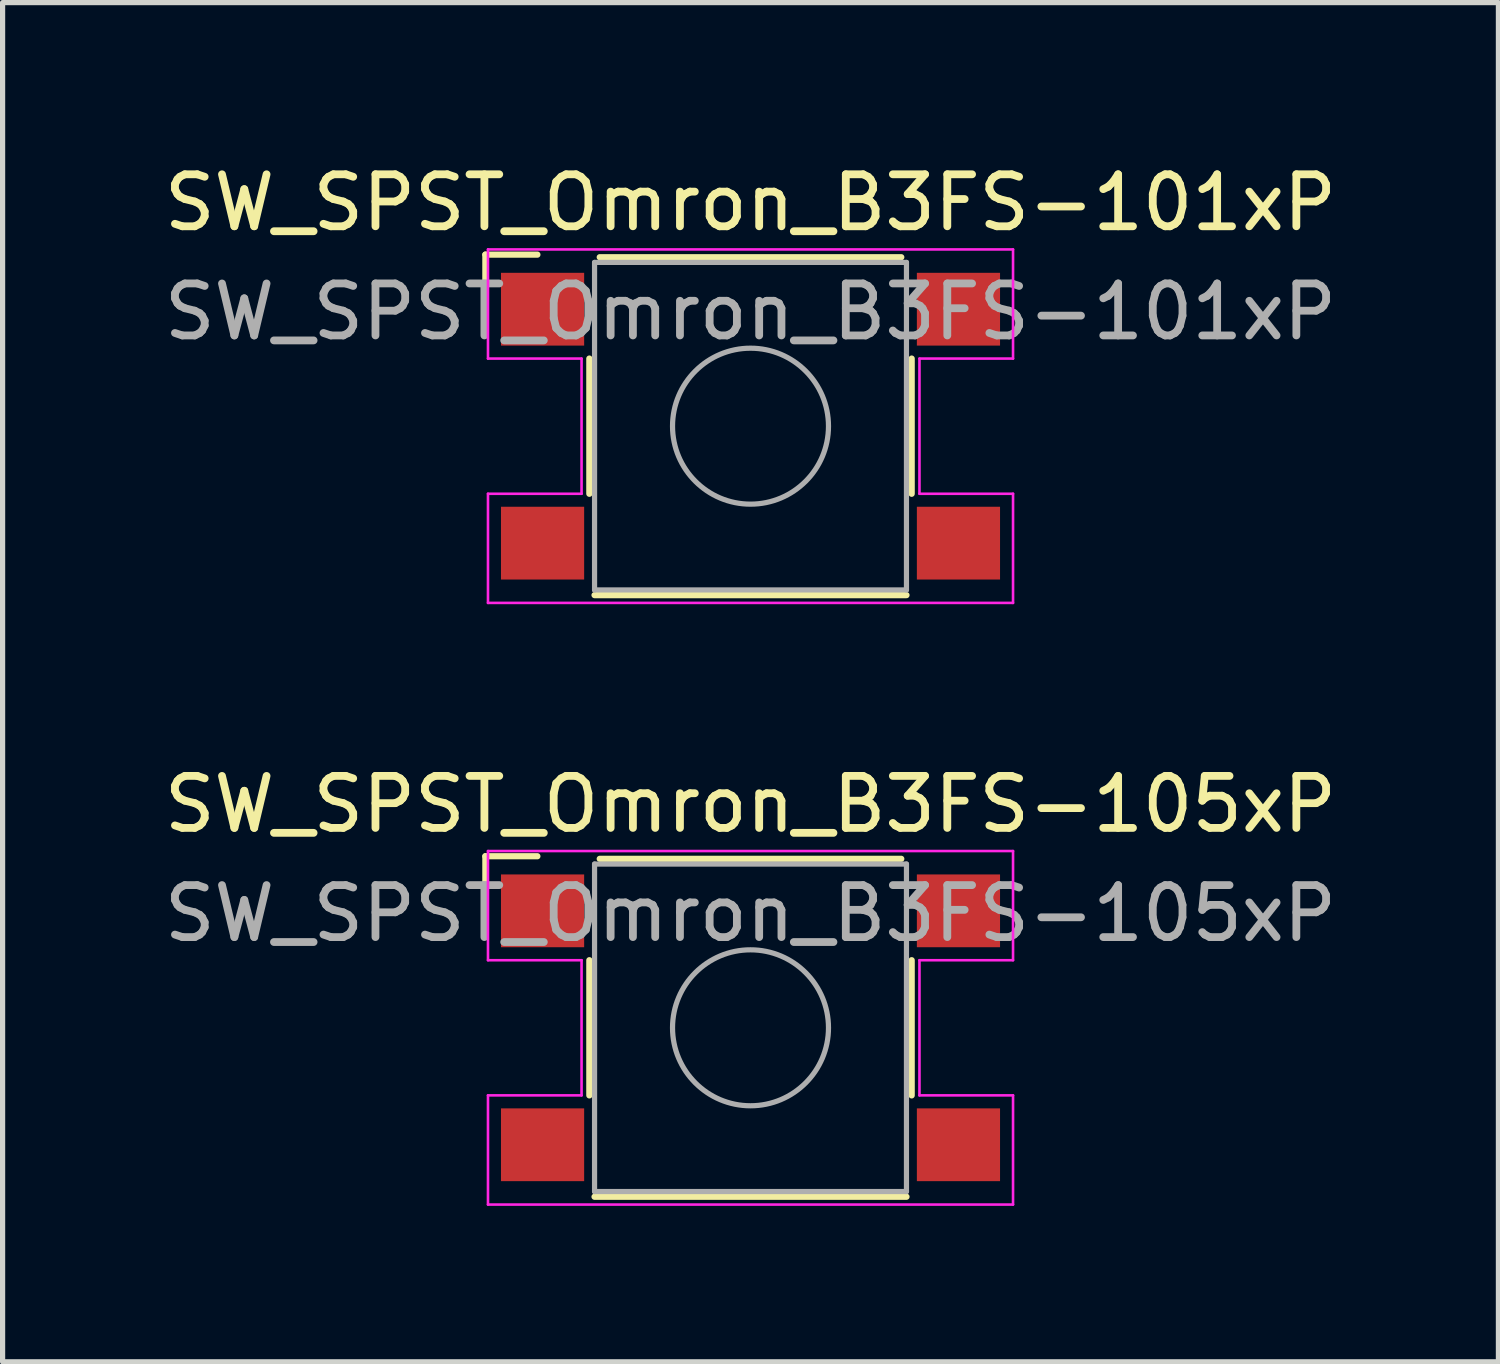
<source format=kicad_pcb>
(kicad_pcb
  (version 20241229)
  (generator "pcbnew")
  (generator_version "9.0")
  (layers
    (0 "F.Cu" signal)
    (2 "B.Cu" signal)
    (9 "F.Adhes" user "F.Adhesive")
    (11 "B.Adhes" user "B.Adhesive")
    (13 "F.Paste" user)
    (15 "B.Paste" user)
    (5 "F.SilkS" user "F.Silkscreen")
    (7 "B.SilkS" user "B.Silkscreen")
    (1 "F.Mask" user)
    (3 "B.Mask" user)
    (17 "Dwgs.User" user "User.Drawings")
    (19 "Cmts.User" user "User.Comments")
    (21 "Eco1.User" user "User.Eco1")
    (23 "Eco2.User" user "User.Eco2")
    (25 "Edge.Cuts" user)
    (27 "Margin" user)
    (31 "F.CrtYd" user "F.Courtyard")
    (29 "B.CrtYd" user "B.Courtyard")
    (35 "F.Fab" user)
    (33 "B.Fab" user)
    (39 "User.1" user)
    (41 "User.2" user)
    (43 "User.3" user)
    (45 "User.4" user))
  (footprint "SW_SPST_Omron_B3FS-101xP"
    (layer "F.Cu")
    (at 11.387 5.148)
    (property "Reference" "SW_SPST_Omron_B3FS-101xP" (at 0 -4.3 0) (layer "F.SilkS") (effects (font (size 1 1) (thickness 0.15))))
    (attr smd)
    (fp_line (start -5.1 -3.3) (end -4.1 -3.3) (stroke (width 0.12) (type solid)) (layer "F.SilkS"))
    (fp_line (start -5.1 -2.3) (end -5.1 -3.3) (stroke (width 0.12) (type solid)) (layer "F.SilkS"))
    (fp_line (start -3.1 -1.3) (end -3.1 1.3) (stroke (width 0.12) (type solid)) (layer "F.SilkS"))
    (fp_line (start 2.9 -3.25) (end -2.9 -3.25) (stroke (width 0.12) (type solid)) (layer "F.SilkS"))
    (fp_line (start 3 3.25) (end -3 3.25) (stroke (width 0.12) (type solid)) (layer "F.SilkS"))
    (fp_line (start 3.1 -1.3) (end 3.1 1.3) (stroke (width 0.12) (type solid)) (layer "F.SilkS"))
    (fp_line (start -5.05 -3.4) (end 5.05 -3.4) (stroke (width 0.05) (type solid)) (layer "F.CrtYd"))
    (fp_line (start -5.05 -1.3) (end -5.05 -3.4) (stroke (width 0.05) (type solid)) (layer "F.CrtYd"))
    (fp_line (start -5.05 1.3) (end -3.25 1.3) (stroke (width 0.05) (type solid)) (layer "F.CrtYd"))
    (fp_line (start -5.05 3.4) (end -5.05 1.3) (stroke (width 0.05) (type solid)) (layer "F.CrtYd"))
    (fp_line (start -3.25 -1.3) (end -5.05 -1.3) (stroke (width 0.05) (type solid)) (layer "F.CrtYd"))
    (fp_line (start -3.25 1.3) (end -3.25 -1.3) (stroke (width 0.05) (type solid)) (layer "F.CrtYd"))
    (fp_line (start 3.25 -1.3) (end 3.25 1.3) (stroke (width 0.05) (type solid)) (layer "F.CrtYd"))
    (fp_line (start 3.25 1.3) (end 5.05 1.3) (stroke (width 0.05) (type solid)) (layer "F.CrtYd"))
    (fp_line (start 5.05 -3.4) (end 5.05 -1.3) (stroke (width 0.05) (type solid)) (layer "F.CrtYd"))
    (fp_line (start 5.05 -1.3) (end 3.25 -1.3) (stroke (width 0.05) (type solid)) (layer "F.CrtYd"))
    (fp_line (start 5.05 1.3) (end 5.05 3.4) (stroke (width 0.05) (type solid)) (layer "F.CrtYd"))
    (fp_line (start 5.05 3.4) (end -5.05 3.4) (stroke (width 0.05) (type solid)) (layer "F.CrtYd"))
    (fp_line (start -3 -3.15) (end 3 -3.15) (stroke (width 0.1) (type solid)) (layer "F.Fab"))
    (fp_line (start -3 3.15) (end -3 -3.15) (stroke (width 0.1) (type solid)) (layer "F.Fab"))
    (fp_line (start 3 -3.15) (end 3 3.15) (stroke (width 0.1) (type solid)) (layer "F.Fab"))
    (fp_line (start 3 3.15) (end -3 3.15) (stroke (width 0.1) (type solid)) (layer "F.Fab"))
    (fp_circle (center 0 0) (end 1.5 0) (stroke (width 0.1) (type solid)) (fill no) (layer "F.Fab"))
    (fp_text user "${REFERENCE}" (at 0 -2.2 0) (layer "F.Fab") (effects (font (size 1 1) (thickness 0.15))))
    (pad "1" smd rect (at -4 -2.25 180) (size 1.6 1.4) (layers "F.Cu" "F.Mask" "F.Paste"))
    (pad "2" smd rect (at 4 -2.25 180) (size 1.6 1.4) (layers "F.Cu" "F.Mask" "F.Paste"))
    (pad "3" smd rect (at -4 2.25 180) (size 1.6 1.4) (layers "F.Cu" "F.Mask" "F.Paste"))
    (pad "4" smd rect (at 4 2.25 180) (size 1.6 1.4) (layers "F.Cu" "F.Mask" "F.Paste")))
  (footprint "SW_SPST_Omron_B3FS-105xP"
    (layer "F.Cu")
    (at 11.387 16.721)
    (property "Reference" "SW_SPST_Omron_B3FS-105xP" (at 0 -4.3 0) (layer "F.SilkS") (effects (font (size 1 1) (thickness 0.15))))
    (attr smd)
    (fp_line (start -5.1 -3.3) (end -4.1 -3.3) (stroke (width 0.12) (type solid)) (layer "F.SilkS"))
    (fp_line (start -5.1 -2.3) (end -5.1 -3.3) (stroke (width 0.12) (type solid)) (layer "F.SilkS"))
    (fp_line (start -3.1 -1.3) (end -3.1 1.3) (stroke (width 0.12) (type solid)) (layer "F.SilkS"))
    (fp_line (start 2.9 -3.25) (end -2.9 -3.25) (stroke (width 0.12) (type solid)) (layer "F.SilkS"))
    (fp_line (start 3 3.25) (end -3 3.25) (stroke (width 0.12) (type solid)) (layer "F.SilkS"))
    (fp_line (start 3.1 -1.3) (end 3.1 1.3) (stroke (width 0.12) (type solid)) (layer "F.SilkS"))
    (fp_line (start -5.05 -3.4) (end 5.05 -3.4) (stroke (width 0.05) (type solid)) (layer "F.CrtYd"))
    (fp_line (start -5.05 -1.3) (end -5.05 -3.4) (stroke (width 0.05) (type solid)) (layer "F.CrtYd"))
    (fp_line (start -5.05 1.3) (end -3.25 1.3) (stroke (width 0.05) (type solid)) (layer "F.CrtYd"))
    (fp_line (start -5.05 3.4) (end -5.05 1.3) (stroke (width 0.05) (type solid)) (layer "F.CrtYd"))
    (fp_line (start -3.25 -1.3) (end -5.05 -1.3) (stroke (width 0.05) (type solid)) (layer "F.CrtYd"))
    (fp_line (start -3.25 1.3) (end -3.25 -1.3) (stroke (width 0.05) (type solid)) (layer "F.CrtYd"))
    (fp_line (start 3.25 -1.3) (end 3.25 1.3) (stroke (width 0.05) (type solid)) (layer "F.CrtYd"))
    (fp_line (start 3.25 1.3) (end 5.05 1.3) (stroke (width 0.05) (type solid)) (layer "F.CrtYd"))
    (fp_line (start 5.05 -3.4) (end 5.05 -1.3) (stroke (width 0.05) (type solid)) (layer "F.CrtYd"))
    (fp_line (start 5.05 -1.3) (end 3.25 -1.3) (stroke (width 0.05) (type solid)) (layer "F.CrtYd"))
    (fp_line (start 5.05 1.3) (end 5.05 3.4) (stroke (width 0.05) (type solid)) (layer "F.CrtYd"))
    (fp_line (start 5.05 3.4) (end -5.05 3.4) (stroke (width 0.05) (type solid)) (layer "F.CrtYd"))
    (fp_line (start -3 -3.15) (end 3 -3.15) (stroke (width 0.1) (type solid)) (layer "F.Fab"))
    (fp_line (start -3 3.15) (end -3 -3.15) (stroke (width 0.1) (type solid)) (layer "F.Fab"))
    (fp_line (start 3 -3.15) (end 3 3.15) (stroke (width 0.1) (type solid)) (layer "F.Fab"))
    (fp_line (start 3 3.15) (end -3 3.15) (stroke (width 0.1) (type solid)) (layer "F.Fab"))
    (fp_circle (center 0 0) (end 1.5 0) (stroke (width 0.1) (type solid)) (fill no) (layer "F.Fab"))
    (fp_text user "${REFERENCE}" (at 0 -2.2 0) (layer "F.Fab") (effects (font (size 1 1) (thickness 0.15))))
    (pad "1" smd rect (at -4 -2.25 180) (size 1.6 1.4) (layers "F.Cu" "F.Mask" "F.Paste"))
    (pad "2" smd rect (at 4 -2.25 180) (size 1.6 1.4) (layers "F.Cu" "F.Mask" "F.Paste"))
    (pad "3" smd rect (at -4 2.25 180) (size 1.6 1.4) (layers "F.Cu" "F.Mask" "F.Paste"))
    (pad "4" smd rect (at 4 2.25 180) (size 1.6 1.4) (layers "F.Cu" "F.Mask" "F.Paste")))
  (gr_rect
    (start -3 -3)
    (end 25.774 23.146)
    (stroke (width 0.1) (type default))
    (fill no)
    (layer "Edge.Cuts")))
</source>
